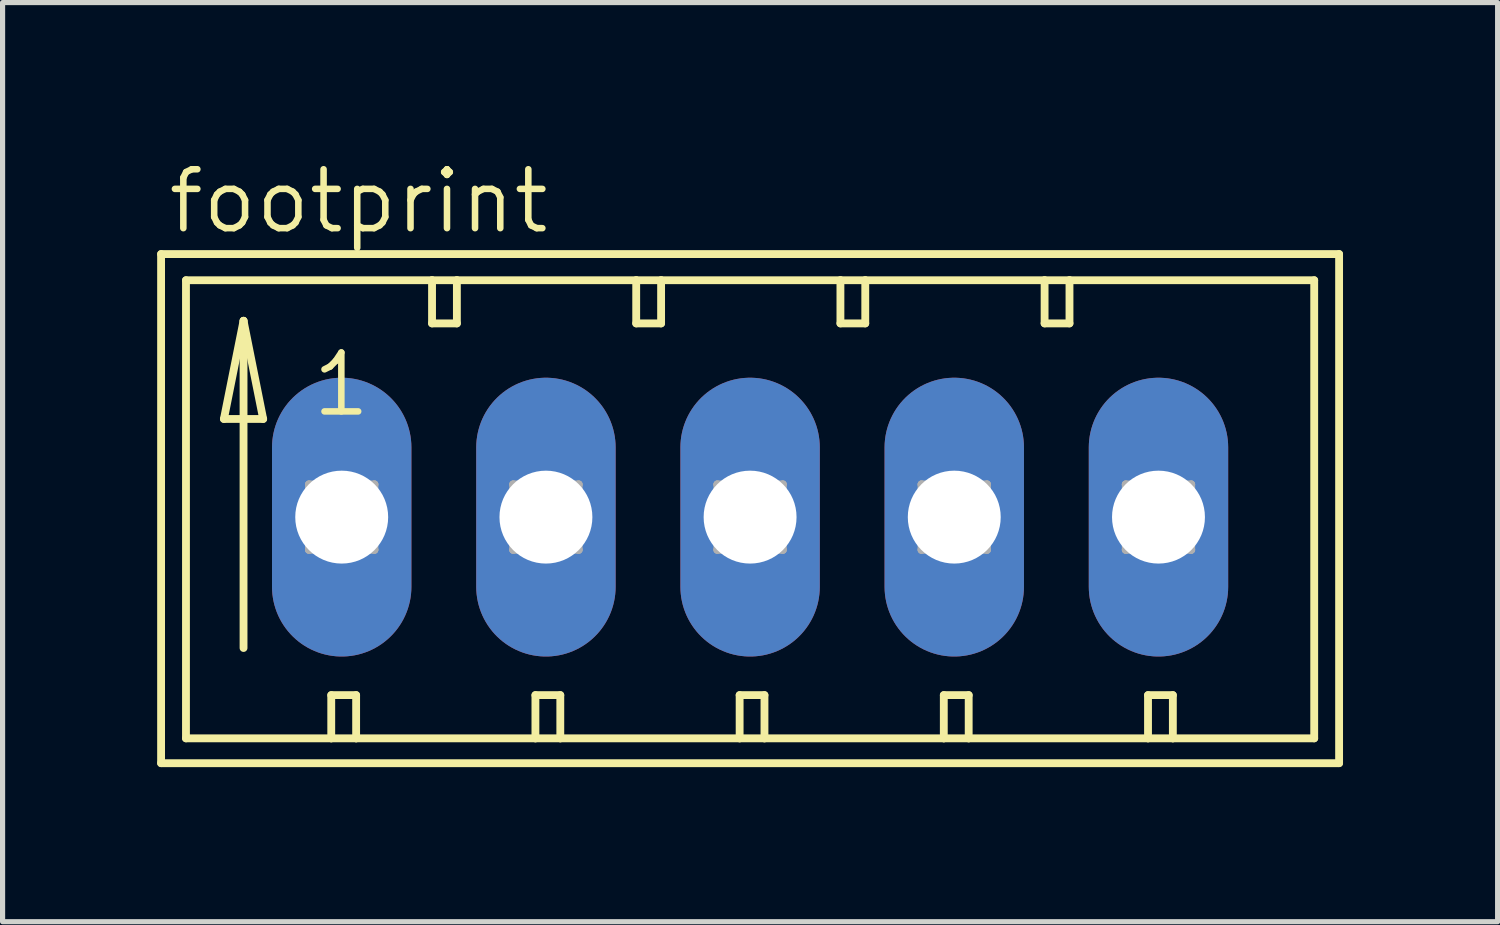
<source format=kicad_pcb>
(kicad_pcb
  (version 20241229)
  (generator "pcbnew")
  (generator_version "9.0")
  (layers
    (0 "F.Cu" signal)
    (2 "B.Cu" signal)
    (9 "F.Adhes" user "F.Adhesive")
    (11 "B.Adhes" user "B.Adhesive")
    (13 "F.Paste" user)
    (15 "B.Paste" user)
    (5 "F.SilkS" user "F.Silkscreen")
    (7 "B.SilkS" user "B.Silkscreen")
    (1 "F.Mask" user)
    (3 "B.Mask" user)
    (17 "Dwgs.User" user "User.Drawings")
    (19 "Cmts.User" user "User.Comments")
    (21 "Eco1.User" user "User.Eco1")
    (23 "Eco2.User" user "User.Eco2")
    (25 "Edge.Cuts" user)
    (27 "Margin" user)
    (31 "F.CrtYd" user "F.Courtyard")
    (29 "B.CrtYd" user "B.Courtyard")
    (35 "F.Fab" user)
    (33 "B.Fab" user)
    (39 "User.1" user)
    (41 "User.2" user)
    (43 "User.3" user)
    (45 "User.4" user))
  (footprint "footprint"
    (layer "F.Cu")
    (at 11.506 6.985)
    (property "Reference" "footprint" (at -11.354 -5.461 0) (layer "F.SilkS") (effects (font (size 1.143 1.143) (thickness 0.127)) (justify left bottom)))
    (fp_line (start -11.43 -5.105) (end -11.43 4.775) (stroke (width 0.152) (type solid)) (layer "F.SilkS"))
    (fp_line (start -11.43 4.775) (end 11.43 4.775) (stroke (width 0.152) (type solid)) (layer "F.SilkS"))
    (fp_line (start -10.947 -4.597) (end -10.947 4.293) (stroke (width 0.152) (type solid)) (layer "F.SilkS"))
    (fp_line (start -10.947 4.293) (end -8.128 4.293) (stroke (width 0.152) (type solid)) (layer "F.SilkS"))
    (fp_line (start -10.211 -1.905) (end -9.449 -1.905) (stroke (width 0.152) (type solid)) (layer "F.SilkS"))
    (fp_line (start -9.83 -3.81) (end -10.211 -1.905) (stroke (width 0.152) (type solid)) (layer "F.SilkS"))
    (fp_line (start -9.83 -3.81) (end -9.449 -1.905) (stroke (width 0.152) (type solid)) (layer "F.SilkS"))
    (fp_line (start -9.83 2.54) (end -9.83 -3.81) (stroke (width 0.152) (type solid)) (layer "F.SilkS"))
    (fp_line (start -8.128 3.454) (end -8.128 4.293) (stroke (width 0.152) (type solid)) (layer "F.SilkS"))
    (fp_line (start -8.128 3.454) (end -7.645 3.454) (stroke (width 0.152) (type solid)) (layer "F.SilkS"))
    (fp_line (start -8.128 4.293) (end -7.645 4.293) (stroke (width 0.152) (type solid)) (layer "F.SilkS"))
    (fp_line (start -7.645 3.454) (end -7.645 4.293) (stroke (width 0.152) (type solid)) (layer "F.SilkS"))
    (fp_line (start -7.645 4.293) (end -4.166 4.293) (stroke (width 0.152) (type solid)) (layer "F.SilkS"))
    (fp_line (start -6.172 -4.597) (end -10.947 -4.597) (stroke (width 0.152) (type solid)) (layer "F.SilkS"))
    (fp_line (start -6.172 -4.597) (end -6.172 -3.759) (stroke (width 0.152) (type solid)) (layer "F.SilkS"))
    (fp_line (start -6.172 -3.759) (end -5.69 -3.759) (stroke (width 0.152) (type solid)) (layer "F.SilkS"))
    (fp_line (start -5.69 -4.597) (end -6.172 -4.597) (stroke (width 0.152) (type solid)) (layer "F.SilkS"))
    (fp_line (start -5.69 -3.759) (end -5.69 -4.597) (stroke (width 0.152) (type solid)) (layer "F.SilkS"))
    (fp_line (start -4.166 3.454) (end -4.166 4.293) (stroke (width 0.152) (type solid)) (layer "F.SilkS"))
    (fp_line (start -4.166 3.454) (end -3.683 3.454) (stroke (width 0.152) (type solid)) (layer "F.SilkS"))
    (fp_line (start -4.166 4.293) (end -3.683 4.293) (stroke (width 0.152) (type solid)) (layer "F.SilkS"))
    (fp_line (start -3.683 3.454) (end -3.683 4.293) (stroke (width 0.152) (type solid)) (layer "F.SilkS"))
    (fp_line (start -3.683 4.293) (end -0.203 4.293) (stroke (width 0.152) (type solid)) (layer "F.SilkS"))
    (fp_line (start -2.21 -4.597) (end -5.69 -4.597) (stroke (width 0.152) (type solid)) (layer "F.SilkS"))
    (fp_line (start -2.21 -3.759) (end -2.21 -4.597) (stroke (width 0.152) (type solid)) (layer "F.SilkS"))
    (fp_line (start -2.21 -3.759) (end -1.727 -3.759) (stroke (width 0.152) (type solid)) (layer "F.SilkS"))
    (fp_line (start -1.727 -4.597) (end -2.21 -4.597) (stroke (width 0.152) (type solid)) (layer "F.SilkS"))
    (fp_line (start -1.727 -3.759) (end -1.727 -4.597) (stroke (width 0.152) (type solid)) (layer "F.SilkS"))
    (fp_line (start -0.203 3.454) (end -0.203 4.293) (stroke (width 0.152) (type solid)) (layer "F.SilkS"))
    (fp_line (start -0.203 3.454) (end 0.279 3.454) (stroke (width 0.152) (type solid)) (layer "F.SilkS"))
    (fp_line (start -0.203 4.293) (end 0.279 4.293) (stroke (width 0.152) (type solid)) (layer "F.SilkS"))
    (fp_line (start 0.279 3.454) (end 0.279 4.293) (stroke (width 0.152) (type solid)) (layer "F.SilkS"))
    (fp_line (start 0.279 4.293) (end 3.759 4.293) (stroke (width 0.152) (type solid)) (layer "F.SilkS"))
    (fp_line (start 1.753 -4.597) (end -1.727 -4.597) (stroke (width 0.152) (type solid)) (layer "F.SilkS"))
    (fp_line (start 1.753 -3.759) (end 1.753 -4.597) (stroke (width 0.152) (type solid)) (layer "F.SilkS"))
    (fp_line (start 1.753 -3.759) (end 2.235 -3.759) (stroke (width 0.152) (type solid)) (layer "F.SilkS"))
    (fp_line (start 2.235 -4.597) (end 1.753 -4.597) (stroke (width 0.152) (type solid)) (layer "F.SilkS"))
    (fp_line (start 2.235 -3.759) (end 2.235 -4.597) (stroke (width 0.152) (type solid)) (layer "F.SilkS"))
    (fp_line (start 3.759 3.454) (end 3.759 4.293) (stroke (width 0.152) (type solid)) (layer "F.SilkS"))
    (fp_line (start 3.759 3.454) (end 4.242 3.454) (stroke (width 0.152) (type solid)) (layer "F.SilkS"))
    (fp_line (start 3.759 4.293) (end 4.242 4.293) (stroke (width 0.152) (type solid)) (layer "F.SilkS"))
    (fp_line (start 4.242 3.454) (end 4.242 4.293) (stroke (width 0.152) (type solid)) (layer "F.SilkS"))
    (fp_line (start 4.242 4.293) (end 7.722 4.293) (stroke (width 0.152) (type solid)) (layer "F.SilkS"))
    (fp_line (start 5.715 -4.597) (end 2.235 -4.597) (stroke (width 0.152) (type solid)) (layer "F.SilkS"))
    (fp_line (start 5.715 -3.759) (end 5.715 -4.597) (stroke (width 0.152) (type solid)) (layer "F.SilkS"))
    (fp_line (start 5.715 -3.759) (end 6.198 -3.759) (stroke (width 0.152) (type solid)) (layer "F.SilkS"))
    (fp_line (start 6.198 -4.597) (end 5.715 -4.597) (stroke (width 0.152) (type solid)) (layer "F.SilkS"))
    (fp_line (start 6.198 -3.759) (end 6.198 -4.597) (stroke (width 0.152) (type solid)) (layer "F.SilkS"))
    (fp_line (start 7.722 3.454) (end 7.722 4.293) (stroke (width 0.152) (type solid)) (layer "F.SilkS"))
    (fp_line (start 7.722 3.454) (end 8.204 3.454) (stroke (width 0.152) (type solid)) (layer "F.SilkS"))
    (fp_line (start 7.722 4.293) (end 8.204 4.293) (stroke (width 0.152) (type solid)) (layer "F.SilkS"))
    (fp_line (start 8.204 3.454) (end 8.204 4.293) (stroke (width 0.152) (type solid)) (layer "F.SilkS"))
    (fp_line (start 8.204 4.293) (end 10.947 4.293) (stroke (width 0.152) (type solid)) (layer "F.SilkS"))
    (fp_line (start 10.947 -4.597) (end 6.198 -4.597) (stroke (width 0.152) (type solid)) (layer "F.SilkS"))
    (fp_line (start 10.947 4.293) (end 10.947 -4.597) (stroke (width 0.152) (type solid)) (layer "F.SilkS"))
    (fp_line (start 11.43 -5.105) (end -11.43 -5.105) (stroke (width 0.152) (type solid)) (layer "F.SilkS"))
    (fp_line (start 11.43 4.775) (end 11.43 -5.105) (stroke (width 0.152) (type solid)) (layer "F.SilkS"))
    (fp_line (start -8.56 -0.635) (end -8.56 0.635) (stroke (width 0.152) (type solid)) (layer "F.Fab"))
    (fp_line (start -8.56 -0.635) (end -7.29 0.635) (stroke (width 0.152) (type solid)) (layer "F.Fab"))
    (fp_line (start -8.56 0.635) (end -7.29 0.635) (stroke (width 0.152) (type solid)) (layer "F.Fab"))
    (fp_line (start -7.29 -0.635) (end -8.56 -0.635) (stroke (width 0.152) (type solid)) (layer "F.Fab"))
    (fp_line (start -7.29 -0.635) (end -8.56 0.635) (stroke (width 0.152) (type solid)) (layer "F.Fab"))
    (fp_line (start -7.29 0.635) (end -7.29 -0.635) (stroke (width 0.152) (type solid)) (layer "F.Fab"))
    (fp_line (start -4.597 -0.635) (end -4.597 0.635) (stroke (width 0.152) (type solid)) (layer "F.Fab"))
    (fp_line (start -4.597 -0.635) (end -3.327 0.635) (stroke (width 0.152) (type solid)) (layer "F.Fab"))
    (fp_line (start -4.597 0.635) (end -3.327 0.635) (stroke (width 0.152) (type solid)) (layer "F.Fab"))
    (fp_line (start -3.327 -0.635) (end -4.597 -0.635) (stroke (width 0.152) (type solid)) (layer "F.Fab"))
    (fp_line (start -3.327 -0.635) (end -4.597 0.635) (stroke (width 0.152) (type solid)) (layer "F.Fab"))
    (fp_line (start -3.327 0.635) (end -3.327 -0.635) (stroke (width 0.152) (type solid)) (layer "F.Fab"))
    (fp_line (start -0.635 -0.635) (end -0.635 0.635) (stroke (width 0.152) (type solid)) (layer "F.Fab"))
    (fp_line (start -0.635 -0.635) (end 0.635 0.635) (stroke (width 0.152) (type solid)) (layer "F.Fab"))
    (fp_line (start -0.635 0.635) (end 0.635 0.635) (stroke (width 0.152) (type solid)) (layer "F.Fab"))
    (fp_line (start 0.635 -0.635) (end -0.635 -0.635) (stroke (width 0.152) (type solid)) (layer "F.Fab"))
    (fp_line (start 0.635 -0.635) (end -0.635 0.635) (stroke (width 0.152) (type solid)) (layer "F.Fab"))
    (fp_line (start 0.635 0.635) (end 0.635 -0.635) (stroke (width 0.152) (type solid)) (layer "F.Fab"))
    (fp_line (start 3.327 -0.635) (end 3.327 0.635) (stroke (width 0.152) (type solid)) (layer "F.Fab"))
    (fp_line (start 3.327 -0.635) (end 4.597 0.635) (stroke (width 0.152) (type solid)) (layer "F.Fab"))
    (fp_line (start 3.327 0.635) (end 4.597 0.635) (stroke (width 0.152) (type solid)) (layer "F.Fab"))
    (fp_line (start 4.597 -0.635) (end 3.327 -0.635) (stroke (width 0.152) (type solid)) (layer "F.Fab"))
    (fp_line (start 4.597 -0.635) (end 3.327 0.635) (stroke (width 0.152) (type solid)) (layer "F.Fab"))
    (fp_line (start 4.597 0.635) (end 4.597 -0.635) (stroke (width 0.152) (type solid)) (layer "F.Fab"))
    (fp_line (start 7.29 -0.635) (end 7.29 0.635) (stroke (width 0.152) (type solid)) (layer "F.Fab"))
    (fp_line (start 7.29 -0.635) (end 8.56 0.635) (stroke (width 0.152) (type solid)) (layer "F.Fab"))
    (fp_line (start 7.29 0.635) (end 8.56 0.635) (stroke (width 0.152) (type solid)) (layer "F.Fab"))
    (fp_line (start 8.56 -0.635) (end 7.29 -0.635) (stroke (width 0.152) (type solid)) (layer "F.Fab"))
    (fp_line (start 8.56 -0.635) (end 7.29 0.635) (stroke (width 0.152) (type solid)) (layer "F.Fab"))
    (fp_line (start 8.56 0.635) (end 8.56 -0.635) (stroke (width 0.152) (type solid)) (layer "F.Fab"))
    (fp_text user "1" (at -8.56 -1.905 0) (layer "F.SilkS") (effects (font (size 1.143 1.143) (thickness 0.127)) (justify left bottom)))
    (pad "1" thru_hole oval (at -7.925 0 90) (size 5.41 2.705) (drill 1.803) (layers "*.Cu" "*.Mask"))
    (pad "2" thru_hole oval (at -3.962 0 90) (size 5.41 2.705) (drill 1.803) (layers "*.Cu" "*.Mask"))
    (pad "3" thru_hole oval (at 0 0 90) (size 5.41 2.705) (drill 1.803) (layers "*.Cu" "*.Mask"))
    (pad "4" thru_hole oval (at 3.962 0 90) (size 5.41 2.705) (drill 1.803) (layers "*.Cu" "*.Mask"))
    (pad "5" thru_hole oval (at 7.925 0 90) (size 5.41 2.705) (drill 1.803) (layers "*.Cu" "*.Mask")))
  (gr_rect
    (start -3 -3)
    (end 26.012 14.836)
    (stroke (width 0.1) (type default))
    (fill no)
    (layer "Edge.Cuts")))
</source>
